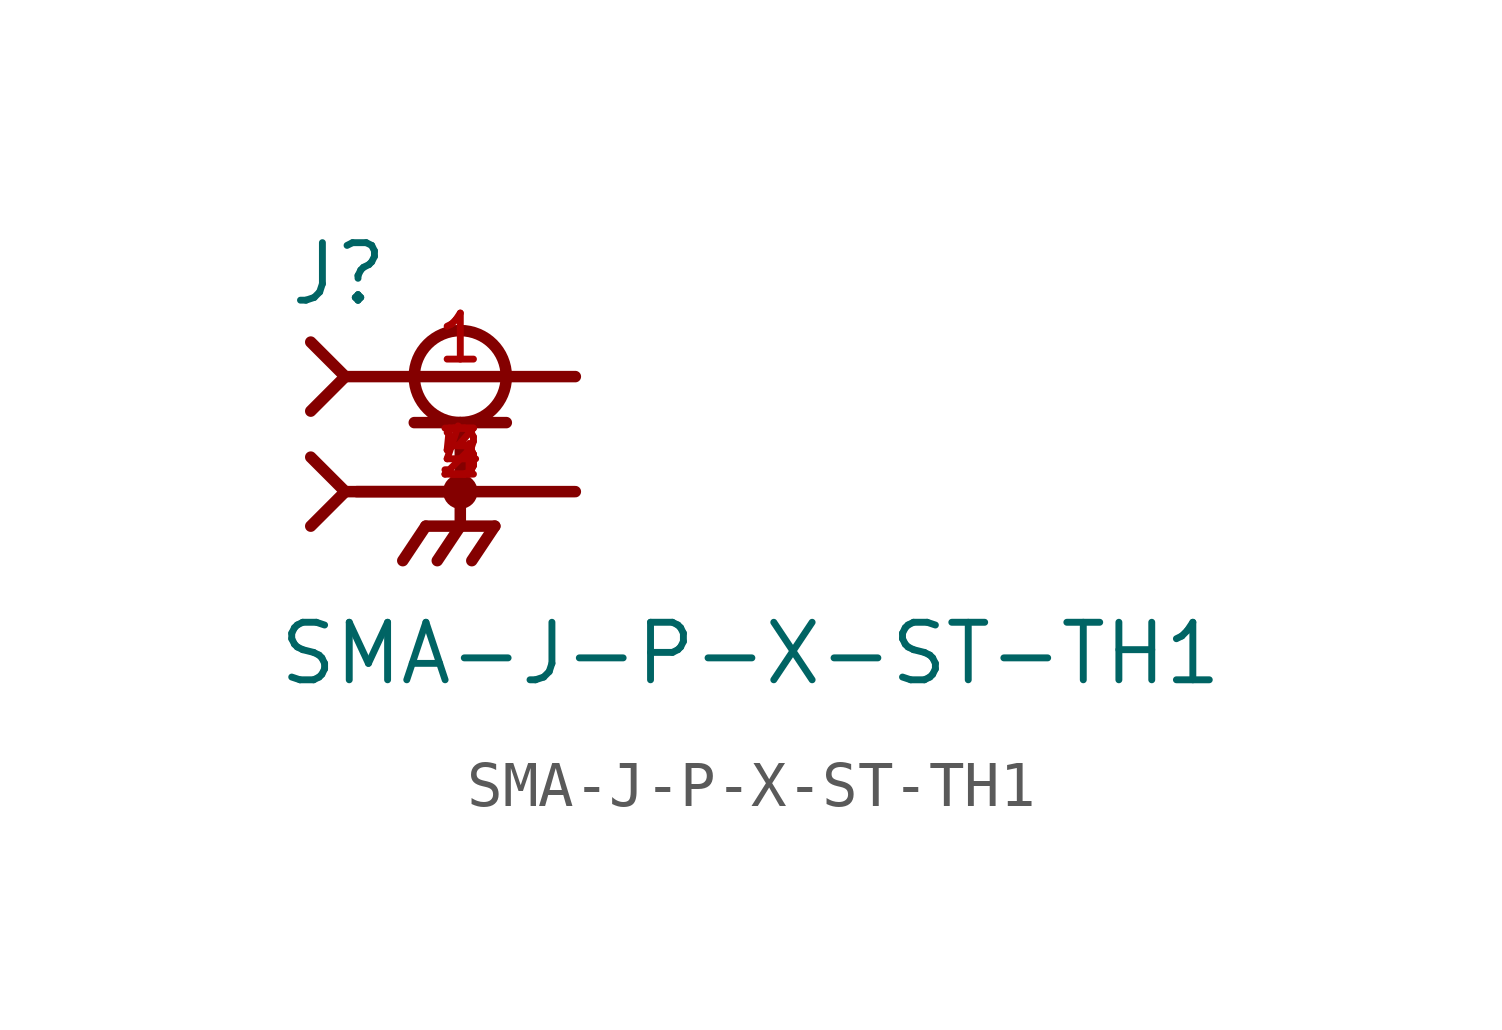
<source format=kicad_sym>
(kicad_symbol_lib
  (version 20211014)
  (generator kicad_symbol_editor)
  (symbol "SMA-J-P-X-ST-TH1"
    (pin_names
      (offset 1.016))
    (property "Reference" "J"
      (at -3.81 4.064 0)
      (effects (font (size 1.27 1.27)) (justify bottom left)))
    (property "Value" "SMA-J-P-X-ST-TH1"
      (at -4.064 -4.318 0)
      (effects (font (size 1.27 1.27)) (justify bottom left)))
    (symbol "SMA-J-P-X-ST-TH1_0_0"
      (circle (center 0.0 2.54) (radius 1.016) (stroke (width 0.254)) (fill (type none)))
      (polyline (pts (xy -1.016 1.524) (xy 0.0 1.524)) (stroke (width 0.254)))
      (polyline (pts (xy 0.0 1.524) (xy 1.016 1.524)) (stroke (width 0.254)))
      (polyline (pts (xy 0.0 0.0) (xy -2.286 0.0)) (stroke (width 0.254)))
      (polyline (pts (xy -3.302 3.302) (xy -2.54 2.54)) (stroke (width 0.254)))
      (polyline (pts (xy -3.302 1.778) (xy -2.54 2.54)) (stroke (width 0.254)))
      (polyline (pts (xy 0.0 1.524) (xy 0.0 0.0)) (stroke (width 0.254)))
      (circle (center 0.0 0.0) (radius 0.254) (stroke (width 0.254)) (fill (type none)))
      (polyline (pts (xy -2.54 2.54) (xy 2.54 2.54)) (stroke (width 0.254)))
      (polyline (pts (xy 2.54 0.0) (xy 0.0 0.0)) (stroke (width 0.254)))
      (polyline (pts (xy 0.0 0.0) (xy 0.0 -0.762)) (stroke (width 0.254)))
      (polyline (pts (xy 0.0 -0.762) (xy -0.762 -0.762)) (stroke (width 0.254)))
      (polyline (pts (xy 0.0 -0.762) (xy 0.762 -0.762)) (stroke (width 0.254)))
      (polyline (pts (xy -0.762 -0.762) (xy -1.27 -1.524)) (stroke (width 0.254)))
      (polyline (pts (xy 0.0 -0.762) (xy -0.508 -1.524)) (stroke (width 0.254)))
      (polyline (pts (xy 0.762 -0.762) (xy 0.254 -1.524)) (stroke (width 0.254)))
      (polyline (pts (xy -3.302 0.762) (xy -2.54 0.0)) (stroke (width 0.254)))
      (polyline (pts (xy -3.302 -0.762) (xy -2.54 0.0)) (stroke (width 0.254)))
      (polyline (pts (xy -2.54 0.0) (xy 0.0 0.0)) (stroke (width 0.254)))
      (pin passive line (at 2.54 2.54 180.0) (length 5.08) (name "~" (effects (font (size 1.016 1.016)))) (number "1" (effects (font (size 1.016 1.016)))))
      (pin passive line (at 2.54 0.0 180.0) (length 5.08) (name "~" (effects (font (size 1.016 1.016)))) (number "2" (effects (font (size 1.016 1.016)))))
      (pin passive line (at 2.54 0.0 180.0) (length 5.08) (name "~" (effects (font (size 1.016 1.016)))) (number "3" (effects (font (size 1.016 1.016)))))
      (pin passive line (at 2.54 0.0 180.0) (length 5.08) (name "~" (effects (font (size 1.016 1.016)))) (number "4" (effects (font (size 1.016 1.016)))))
      (pin passive line (at 2.54 0.0 180.0) (length 5.08) (name "~" (effects (font (size 1.016 1.016)))) (number "5" (effects (font (size 1.016 1.016))))))))
</source>
